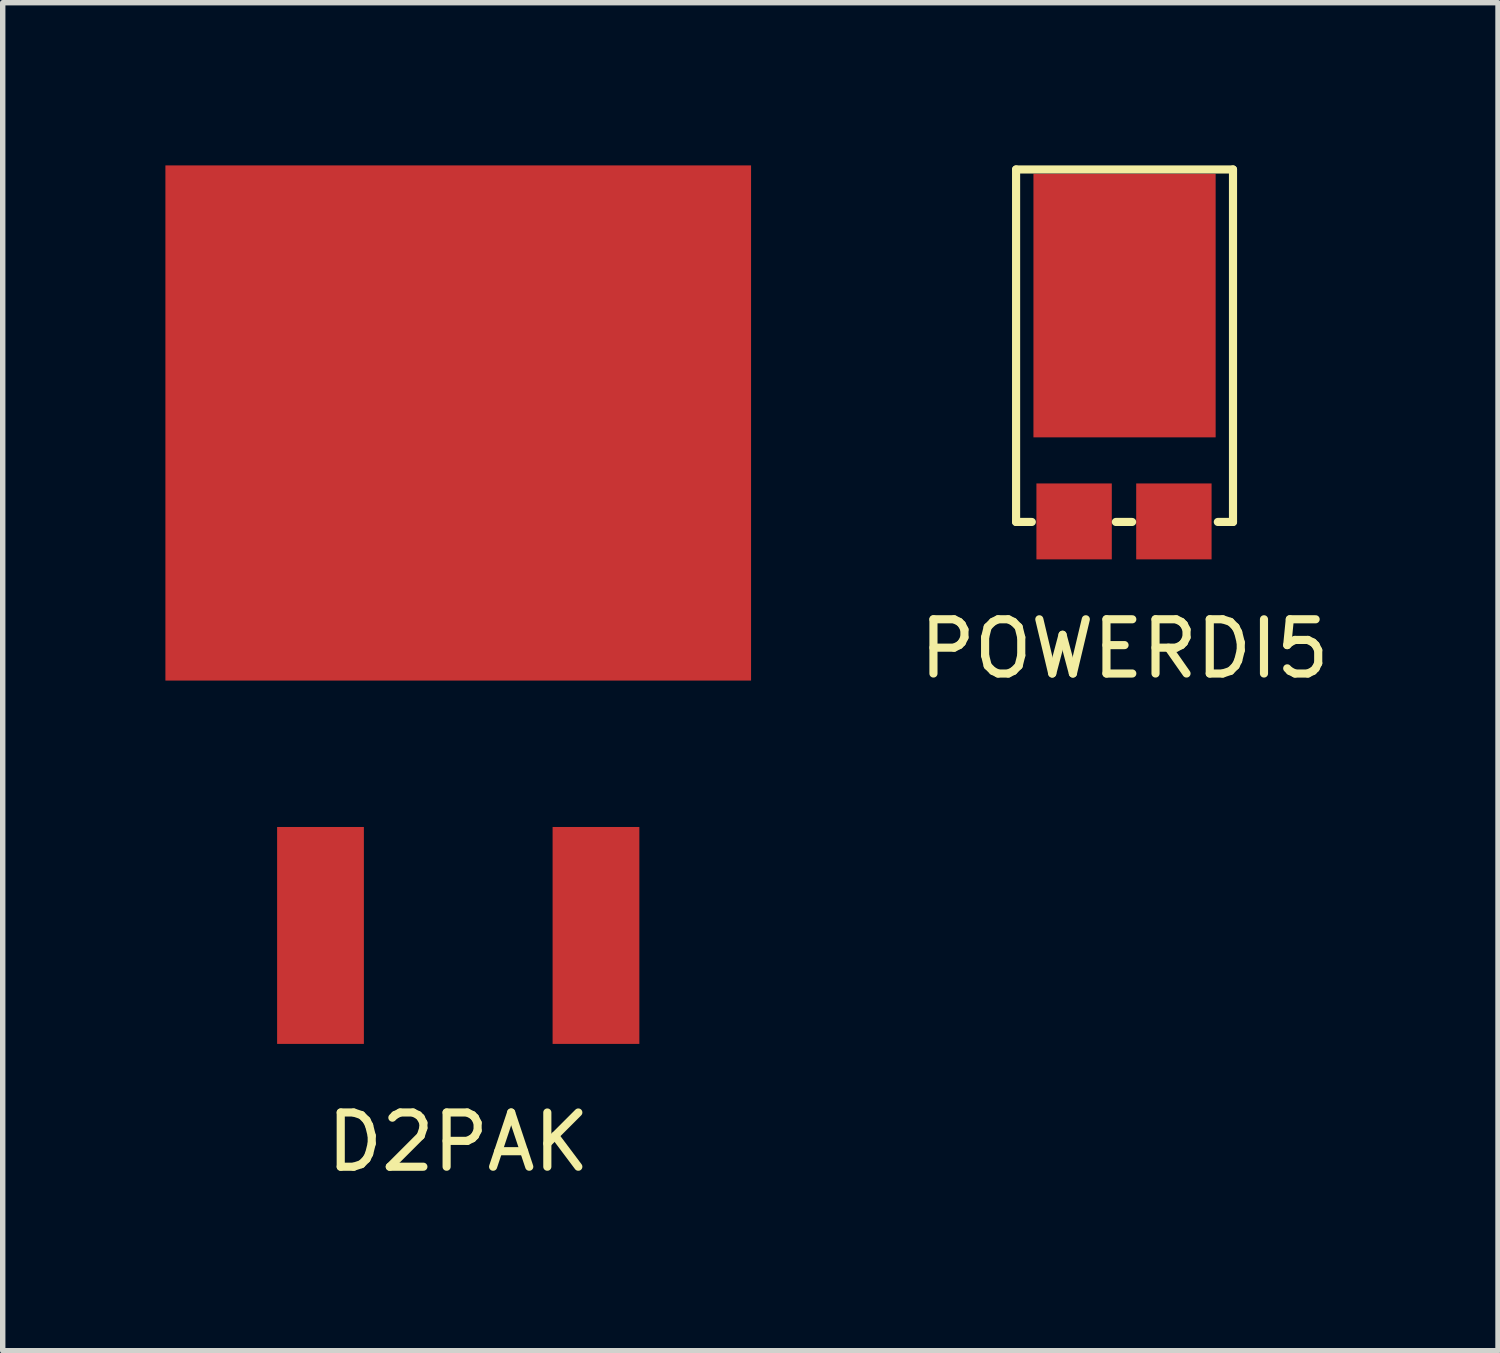
<source format=kicad_pcb>
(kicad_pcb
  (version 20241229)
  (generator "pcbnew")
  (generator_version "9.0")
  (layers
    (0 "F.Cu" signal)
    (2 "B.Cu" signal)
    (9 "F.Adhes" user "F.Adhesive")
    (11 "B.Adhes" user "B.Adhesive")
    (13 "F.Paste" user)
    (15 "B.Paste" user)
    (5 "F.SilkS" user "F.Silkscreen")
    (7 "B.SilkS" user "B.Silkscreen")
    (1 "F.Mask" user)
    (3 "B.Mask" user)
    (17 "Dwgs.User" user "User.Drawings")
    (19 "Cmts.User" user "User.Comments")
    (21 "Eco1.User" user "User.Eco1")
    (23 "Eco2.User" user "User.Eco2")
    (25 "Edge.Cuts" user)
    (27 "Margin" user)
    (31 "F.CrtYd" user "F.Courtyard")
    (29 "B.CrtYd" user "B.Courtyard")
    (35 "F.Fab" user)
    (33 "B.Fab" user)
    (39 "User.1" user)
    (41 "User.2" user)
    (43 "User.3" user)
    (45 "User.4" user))
  (footprint "D2PAK"
    (layer "F.Cu")
    (at 5.4 14.2)
    (property "Reference" "D2PAK" (at 0 3.81 0) (layer "F.SilkS") (effects (font (size 1 1) (thickness 0.15))))
    (attr through_hole)
    (pad "1" smd rect (at -2.54 0) (size 1.6 4) (layers "F.Cu" "F.Mask" "F.Paste"))
    (pad "2" smd rect (at 0 -9.45) (size 10.8 9.5) (layers "F.Cu" "F.Mask" "F.Paste"))
    (pad "3" smd rect (at 2.54 0) (size 1.6 4) (layers "F.Cu" "F.Mask" "F.Paste")))
  (footprint "POWERDI5"
    (layer "F.Cu")
    (at 17.687 5.105)
    (property "Reference" "POWERDI5" (at 0 3.81 0) (layer "F.SilkS") (effects (font (size 1 1) (thickness 0.15))))
    (attr through_hole)
    (fp_line (start -2 -5.03) (end -2 1.47) (stroke (width 0.15) (type solid)) (layer "F.SilkS"))
    (fp_line (start -2 1.47) (end -1.71 1.47) (stroke (width 0.15) (type solid)) (layer "F.SilkS"))
    (fp_line (start -0.16 1.47) (end 0.14 1.47) (stroke (width 0.15) (type solid)) (layer "F.SilkS"))
    (fp_line (start 1.72 1.47) (end 2 1.47) (stroke (width 0.15) (type solid)) (layer "F.SilkS"))
    (fp_line (start 2 -5.03) (end -2 -5.03) (stroke (width 0.15) (type solid)) (layer "F.SilkS"))
    (fp_line (start 2 1.47) (end 2 -5.03) (stroke (width 0.15) (type solid)) (layer "F.SilkS"))
    (pad "1" smd rect (at 0 -2.52) (size 3.36 4.86) (layers "F.Cu" "F.Mask" "F.Paste"))
    (pad "2" smd rect (at -0.93 1.46) (size 1.39 1.4) (layers "F.Cu" "F.Mask" "F.Paste"))
    (pad "2" smd rect (at 0.91 1.46) (size 1.39 1.4) (layers "F.Cu" "F.Mask" "F.Paste")))
  (gr_rect
    (start -3 -3)
    (end 24.574 21.858)
    (stroke (width 0.1) (type default))
    (fill no)
    (layer "Edge.Cuts")))
</source>
